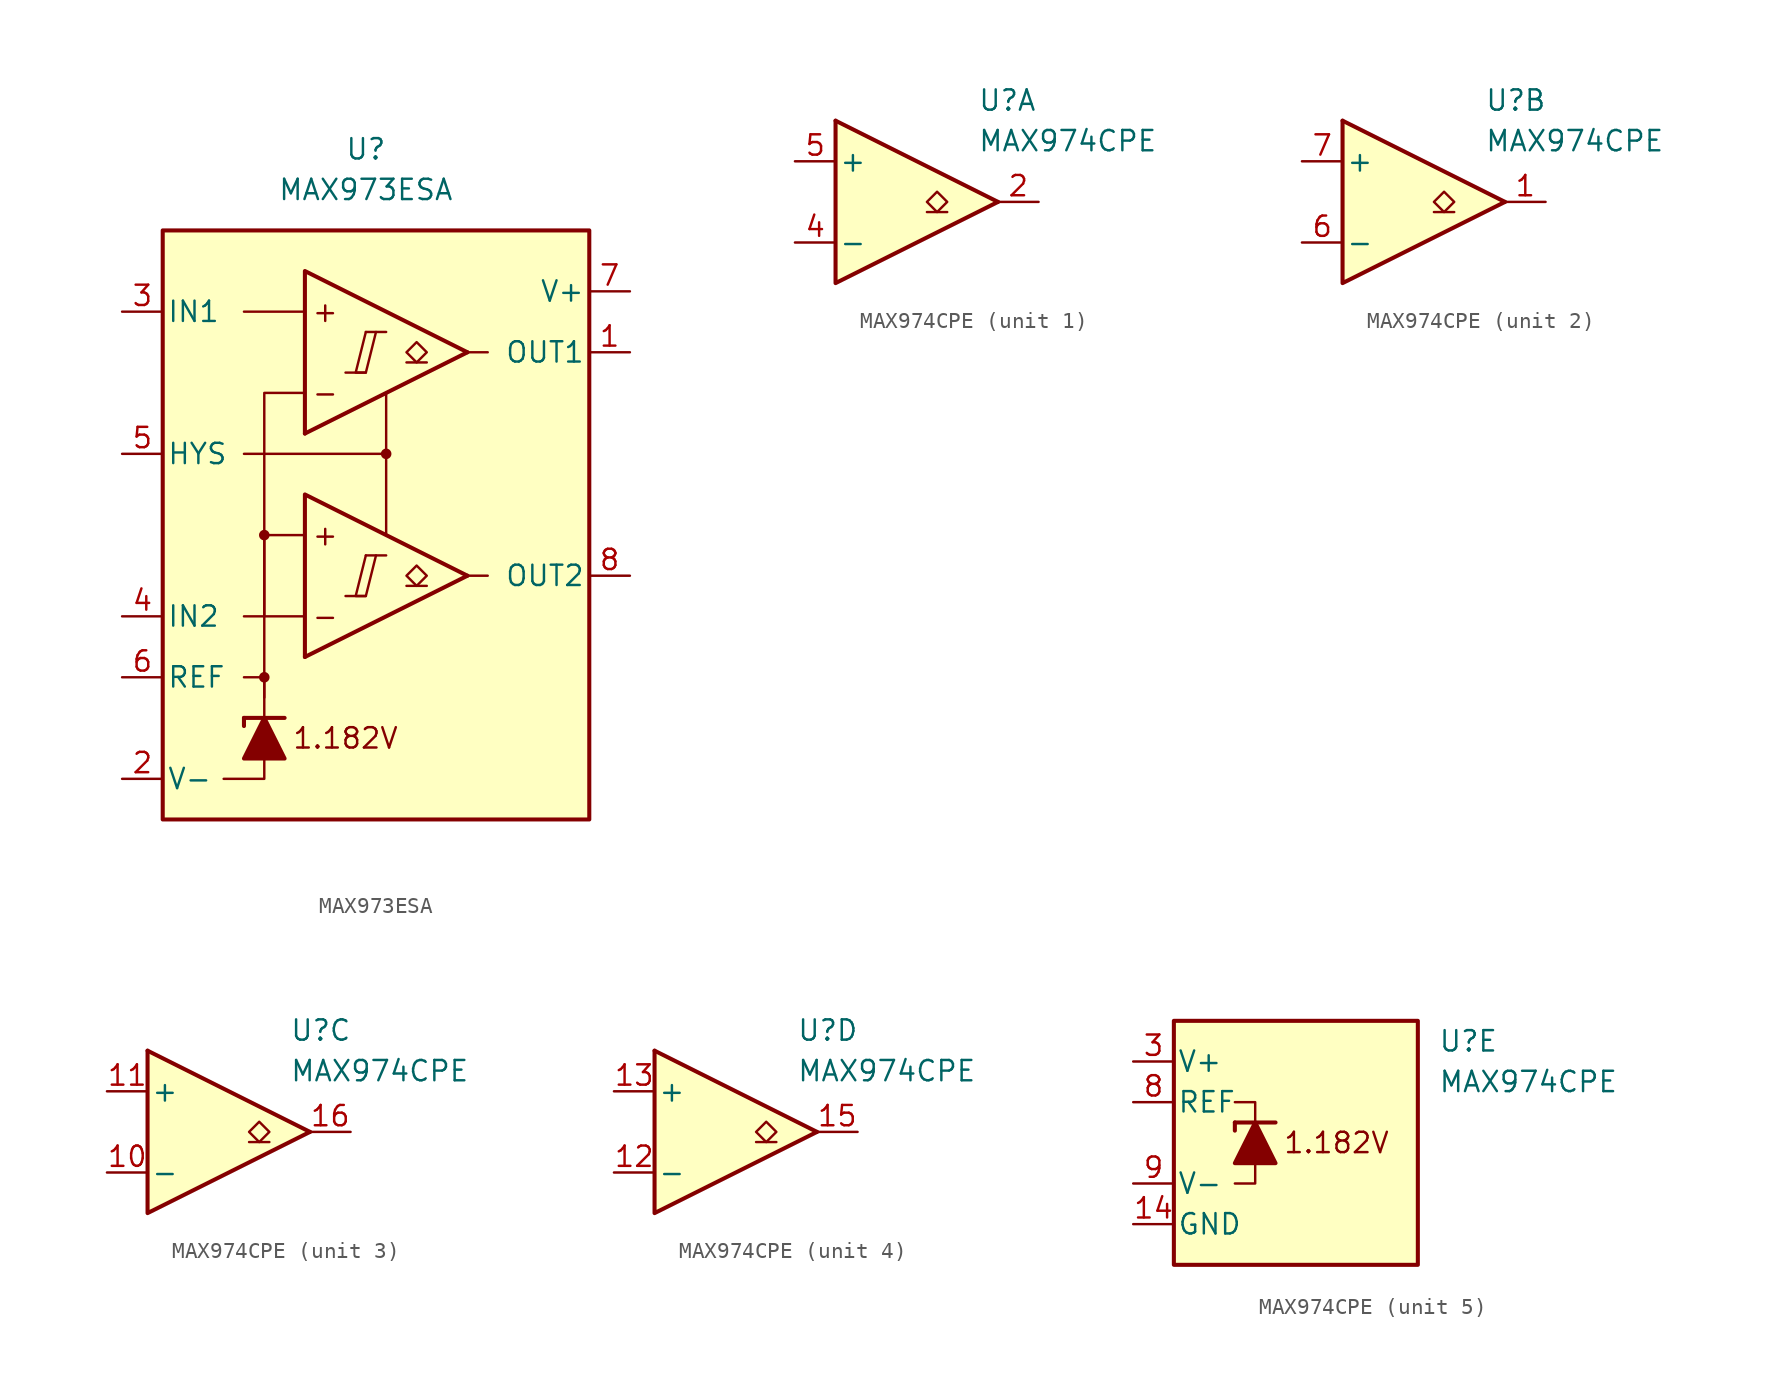
<source format=kicad_sym>
(kicad_symbol_lib
  (version 20231120)
  (generator "kicad_symbol_editor")
  (generator_version "8.0")
  (symbol "MAX973ESA"
    (pin_names
      (offset 0.254))
    (property "Reference" "U"
      (at -1.27 22.86 0)
      (effects (font (size 1.27 1.27))))
    (property "Value" "MAX973ESA"
      (at -1.27 20.32 0)
      (effects (font (size 1.27 1.27))))
    (symbol "MAX973ESA_0_0"
      (rectangle (start -13.97 17.78) (end 12.7 -19.05) (stroke (width 0.254) (type default)) (fill (type background)))
      (circle (center -7.62 -10.16) (radius 0.254) (stroke (width 0.152) (type default)) (fill (type outline)))
      (circle (center -7.62 -1.27) (radius 0.254) (stroke (width 0.152) (type default)) (fill (type outline)))
      (polyline (pts (xy -2.54 -5.08) (xy -1.27 -5.08)) (stroke (width 0.152) (type default)) (fill (type none)))
      (polyline (pts (xy -2.54 8.89) (xy -1.27 8.89)) (stroke (width 0.152) (type default)) (fill (type none)))
      (polyline (pts (xy -1.27 -2.54) (xy 0 -2.54)) (stroke (width 0.152) (type default)) (fill (type none)))
      (polyline (pts (xy -1.27 11.43) (xy 0 11.43)) (stroke (width 0.152) (type default)) (fill (type none)))
      (polyline (pts (xy 5.08 -3.81) (xy -5.08 -8.89)) (stroke (width 0.254) (type default)) (fill (type none)))
      (polyline (pts (xy 5.08 10.16) (xy -5.08 5.08)) (stroke (width 0.254) (type default)) (fill (type none)))
      (polyline (pts (xy 5.08 -3.81) (xy -5.08 1.27) (xy -5.08 -8.89)) (stroke (width 0.254) (type default)) (fill (type background)))
      (polyline (pts (xy 5.08 10.16) (xy -5.08 15.24) (xy -5.08 5.08)) (stroke (width 0.254) (type default)) (fill (type background)))
      (polyline (pts (xy -1.27 -2.54) (xy -1.905 -5.08) (xy -1.27 -5.08) (xy -0.635 -2.54)) (stroke (width 0.152) (type default)) (fill (type none)))
      (polyline (pts (xy -1.27 11.43) (xy -1.905 8.89) (xy -1.27 8.89) (xy -0.635 11.43)) (stroke (width 0.152) (type default)) (fill (type none)))
      (circle (center 0 3.81) (radius 0.254) (stroke (width 0.152) (type default)) (fill (type outline)))
      (text "+" (at -3.81 -1.27 0) (effects (font (size 1.27 1.27))))
      (text "+" (at -3.81 12.7 0) (effects (font (size 1.27 1.27))))
      (text "-" (at -3.81 -6.35 0) (effects (font (size 1.27 1.27))))
      (text "-" (at -3.81 7.62 0) (effects (font (size 1.27 1.27))))
      (text "1.182V" (at -2.54 -13.97 0) (effects (font (size 1.27 1.27)))))
    (symbol "MAX973ESA_0_1"
      (polyline (pts (xy -8.89 -12.7) (xy -8.89 -13.208)) (stroke (width 0.254) (type default)) (fill (type none)))
      (polyline (pts (xy -8.89 -12.7) (xy -6.35 -12.7)) (stroke (width 0.254) (type default)) (fill (type none)))
      (polyline (pts (xy -5.08 -6.35) (xy -8.89 -6.35)) (stroke (width 0) (type default)) (fill (type none)))
      (polyline (pts (xy -5.08 12.7) (xy -8.89 12.7)) (stroke (width 0) (type default)) (fill (type none)))
      (polyline (pts (xy 0 3.81) (xy 0 -1.27)) (stroke (width 0) (type default)) (fill (type none)))
      (polyline (pts (xy 5.08 -3.81) (xy 6.35 -3.81)) (stroke (width 0) (type default)) (fill (type none)))
      (polyline (pts (xy 5.08 10.16) (xy 6.35 10.16)) (stroke (width 0) (type default)) (fill (type none)))
      (polyline (pts (xy -7.62 -15.24) (xy -7.62 -16.51) (xy -10.16 -16.51)) (stroke (width 0) (type default)) (fill (type none)))
      (polyline (pts (xy -7.62 -12.7) (xy -7.62 -10.16) (xy -8.89 -10.16)) (stroke (width 0) (type default)) (fill (type none)))
      (polyline (pts (xy -7.62 -11.43) (xy -7.62 -1.27) (xy -5.08 -1.27)) (stroke (width 0) (type default)) (fill (type none)))
      (polyline (pts (xy -7.62 -6.35) (xy -7.62 7.62) (xy -5.08 7.62)) (stroke (width 0) (type default)) (fill (type none)))
      (polyline (pts (xy 0 7.62) (xy 0 3.81) (xy -8.89 3.81)) (stroke (width 0) (type default)) (fill (type none)))
      (polyline (pts (xy -6.35 -15.24) (xy -8.89 -15.24) (xy -7.62 -12.7) (xy -6.35 -15.24)) (stroke (width 0.254) (type default)) (fill (type outline))))
    (symbol "MAX973ESA_1_1"
      (polyline (pts (xy 2.54 -4.445) (xy 1.27 -4.445)) (stroke (width 0.152) (type default)) (fill (type none)))
      (polyline (pts (xy 2.54 9.525) (xy 1.27 9.525)) (stroke (width 0.152) (type default)) (fill (type none)))
      (polyline (pts (xy 1.905 -4.445) (xy 1.27 -3.81) (xy 1.905 -3.175) (xy 2.54 -3.81) (xy 1.905 -4.445)) (stroke (width 0.152) (type default)) (fill (type none)))
      (polyline (pts (xy 1.905 9.525) (xy 1.27 10.16) (xy 1.905 10.795) (xy 2.54 10.16) (xy 1.905 9.525)) (stroke (width 0.152) (type default)) (fill (type none)))
      (pin output line (at 15.24 10.16 180) (length 2.54) (name "OUT1" (effects (font (size 1.27 1.27)))) (number "1" (effects (font (size 1.27 1.27)))))
      (pin power_in line (at -16.51 -16.51 0) (length 2.54) (name "V-" (effects (font (size 1.27 1.27)))) (number "2" (effects (font (size 1.27 1.27)))))
      (pin input line (at -16.51 12.7 0) (length 2.54) (name "IN1" (effects (font (size 1.27 1.27)))) (number "3" (effects (font (size 1.27 1.27)))))
      (pin input line (at -16.51 -6.35 0) (length 2.54) (name "IN2" (effects (font (size 1.27 1.27)))) (number "4" (effects (font (size 1.27 1.27)))))
      (pin input line (at -16.51 3.81 0) (length 2.54) (name "HYS" (effects (font (size 1.27 1.27)))) (number "5" (effects (font (size 1.27 1.27)))))
      (pin output line (at -16.51 -10.16 0) (length 2.54) (name "REF" (effects (font (size 1.27 1.27)))) (number "6" (effects (font (size 1.27 1.27)))))
      (pin power_in line (at 15.24 13.97 180) (length 2.54) (name "V+" (effects (font (size 1.27 1.27)))) (number "7" (effects (font (size 1.27 1.27)))))
      (pin output line (at 15.24 -3.81 180) (length 2.54) (name "OUT2" (effects (font (size 1.27 1.27)))) (number "8" (effects (font (size 1.27 1.27)))))))
  (symbol "MAX974CPE"
    (pin_names
      (offset 0.2))
    (property "Reference" "U"
      (at 5.08 6.35 0)
      (effects (font (size 1.27 1.27)) (justify left)))
    (property "Value" "MAX974CPE"
      (at 5.08 3.81 0)
      (effects (font (size 1.27 1.27)) (justify left)))
    (property "ki_locked" ""
      (at 0 0 0)
      (effects (font (size 1.27 1.27))))
    (symbol "MAX974CPE_1_1"
      (polyline (pts (xy -3.81 5.08) (xy 6.35 0)) (stroke (width 0.254) (type default)) (fill (type none)))
      (polyline (pts (xy 3.175 -0.635) (xy 1.905 -0.635)) (stroke (width 0.152) (type default)) (fill (type none)))
      (polyline (pts (xy -3.81 5.08) (xy -3.81 -5.08) (xy 6.35 0)) (stroke (width 0.254) (type default)) (fill (type background)))
      (polyline (pts (xy 2.54 -0.635) (xy 1.905 0) (xy 2.54 0.635) (xy 3.175 0) (xy 2.54 -0.635)) (stroke (width 0.152) (type default)) (fill (type none)))
      (pin output line (at 8.89 0 180) (length 2.54) (name "~" (effects (font (size 1.27 1.27)))) (number "2" (effects (font (size 1.27 1.27)))))
      (pin input line (at -6.35 -2.54 0) (length 2.54) (name "-" (effects (font (size 1.27 1.27)))) (number "4" (effects (font (size 1.27 1.27)))))
      (pin input line (at -6.35 2.54 0) (length 2.54) (name "+" (effects (font (size 1.27 1.27)))) (number "5" (effects (font (size 1.27 1.27))))))
    (symbol "MAX974CPE_2_1"
      (polyline (pts (xy -3.81 5.08) (xy 6.35 0)) (stroke (width 0.254) (type default)) (fill (type none)))
      (polyline (pts (xy 3.175 -0.635) (xy 1.905 -0.635)) (stroke (width 0.152) (type default)) (fill (type none)))
      (polyline (pts (xy -3.81 5.08) (xy -3.81 -5.08) (xy 6.35 0)) (stroke (width 0.254) (type default)) (fill (type background)))
      (polyline (pts (xy 2.54 -0.635) (xy 1.905 0) (xy 2.54 0.635) (xy 3.175 0) (xy 2.54 -0.635)) (stroke (width 0.152) (type default)) (fill (type none)))
      (pin output line (at 8.89 0 180) (length 2.54) (name "~" (effects (font (size 1.27 1.27)))) (number "1" (effects (font (size 1.27 1.27)))))
      (pin input line (at -6.35 -2.54 0) (length 2.54) (name "-" (effects (font (size 1.27 1.27)))) (number "6" (effects (font (size 1.27 1.27)))))
      (pin input line (at -6.35 2.54 0) (length 2.54) (name "+" (effects (font (size 1.27 1.27)))) (number "7" (effects (font (size 1.27 1.27))))))
    (symbol "MAX974CPE_3_1"
      (polyline (pts (xy -3.81 5.08) (xy 6.35 0)) (stroke (width 0.254) (type default)) (fill (type none)))
      (polyline (pts (xy 3.81 -0.635) (xy 2.54 -0.635)) (stroke (width 0.152) (type default)) (fill (type none)))
      (polyline (pts (xy -3.81 5.08) (xy -3.81 -5.08) (xy 6.35 0)) (stroke (width 0.254) (type default)) (fill (type background)))
      (polyline (pts (xy 3.175 -0.635) (xy 2.54 0) (xy 3.175 0.635) (xy 3.81 0) (xy 3.175 -0.635)) (stroke (width 0.152) (type default)) (fill (type none)))
      (pin input line (at -6.35 -2.54 0) (length 2.54) (name "-" (effects (font (size 1.27 1.27)))) (number "10" (effects (font (size 1.27 1.27)))))
      (pin input line (at -6.35 2.54 0) (length 2.54) (name "+" (effects (font (size 1.27 1.27)))) (number "11" (effects (font (size 1.27 1.27)))))
      (pin output line (at 8.89 0 180) (length 2.54) (name "~" (effects (font (size 1.27 1.27)))) (number "16" (effects (font (size 1.27 1.27))))))
    (symbol "MAX974CPE_4_1"
      (polyline (pts (xy -3.81 5.08) (xy 6.35 0)) (stroke (width 0.254) (type default)) (fill (type none)))
      (polyline (pts (xy 3.81 -0.635) (xy 2.54 -0.635)) (stroke (width 0.152) (type default)) (fill (type none)))
      (polyline (pts (xy -3.81 5.08) (xy -3.81 -5.08) (xy 6.35 0)) (stroke (width 0.254) (type default)) (fill (type background)))
      (polyline (pts (xy 3.175 -0.635) (xy 2.54 0) (xy 3.175 0.635) (xy 3.81 0) (xy 3.175 -0.635)) (stroke (width 0.152) (type default)) (fill (type none)))
      (pin input line (at -6.35 -2.54 0) (length 2.54) (name "-" (effects (font (size 1.27 1.27)))) (number "12" (effects (font (size 1.27 1.27)))))
      (pin input line (at -6.35 2.54 0) (length 2.54) (name "+" (effects (font (size 1.27 1.27)))) (number "13" (effects (font (size 1.27 1.27)))))
      (pin output line (at 8.89 0 180) (length 2.54) (name "~" (effects (font (size 1.27 1.27)))) (number "15" (effects (font (size 1.27 1.27))))))
    (symbol "MAX974CPE_5_0"
      (text "1.182V" (at -1.27 0 0) (effects (font (size 1.27 1.27)))))
    (symbol "MAX974CPE_5_1"
      (rectangle (start -11.43 7.62) (end 3.81 -7.62) (stroke (width 0.254) (type default)) (fill (type background)))
      (polyline (pts (xy -7.62 1.27) (xy -7.62 0.762)) (stroke (width 0.254) (type default)) (fill (type none)))
      (polyline (pts (xy -7.62 1.27) (xy -5.08 1.27)) (stroke (width 0.254) (type default)) (fill (type none)))
      (polyline (pts (xy -6.35 -1.27) (xy -6.35 -2.54) (xy -7.62 -2.54)) (stroke (width 0) (type default)) (fill (type none)))
      (polyline (pts (xy -6.35 1.27) (xy -6.35 2.54) (xy -7.62 2.54)) (stroke (width 0) (type default)) (fill (type none)))
      (polyline (pts (xy -5.08 -1.27) (xy -7.62 -1.27) (xy -6.35 1.27) (xy -5.08 -1.27)) (stroke (width 0.254) (type default)) (fill (type outline)))
      (pin power_in line (at -13.97 -5.08 0) (length 2.54) (name "GND" (effects (font (size 1.27 1.27)))) (number "14" (effects (font (size 1.27 1.27)))))
      (pin power_in line (at -13.97 5.08 0) (length 2.54) (name "V+" (effects (font (size 1.27 1.27)))) (number "3" (effects (font (size 1.27 1.27)))))
      (pin output line (at -13.97 2.54 0) (length 2.54) (name "REF" (effects (font (size 1.27 1.27)))) (number "8" (effects (font (size 1.27 1.27)))))
      (pin power_in line (at -13.97 -2.54 0) (length 2.54) (name "V-" (effects (font (size 1.27 1.27)))) (number "9" (effects (font (size 1.27 1.27))))))))
</source>
